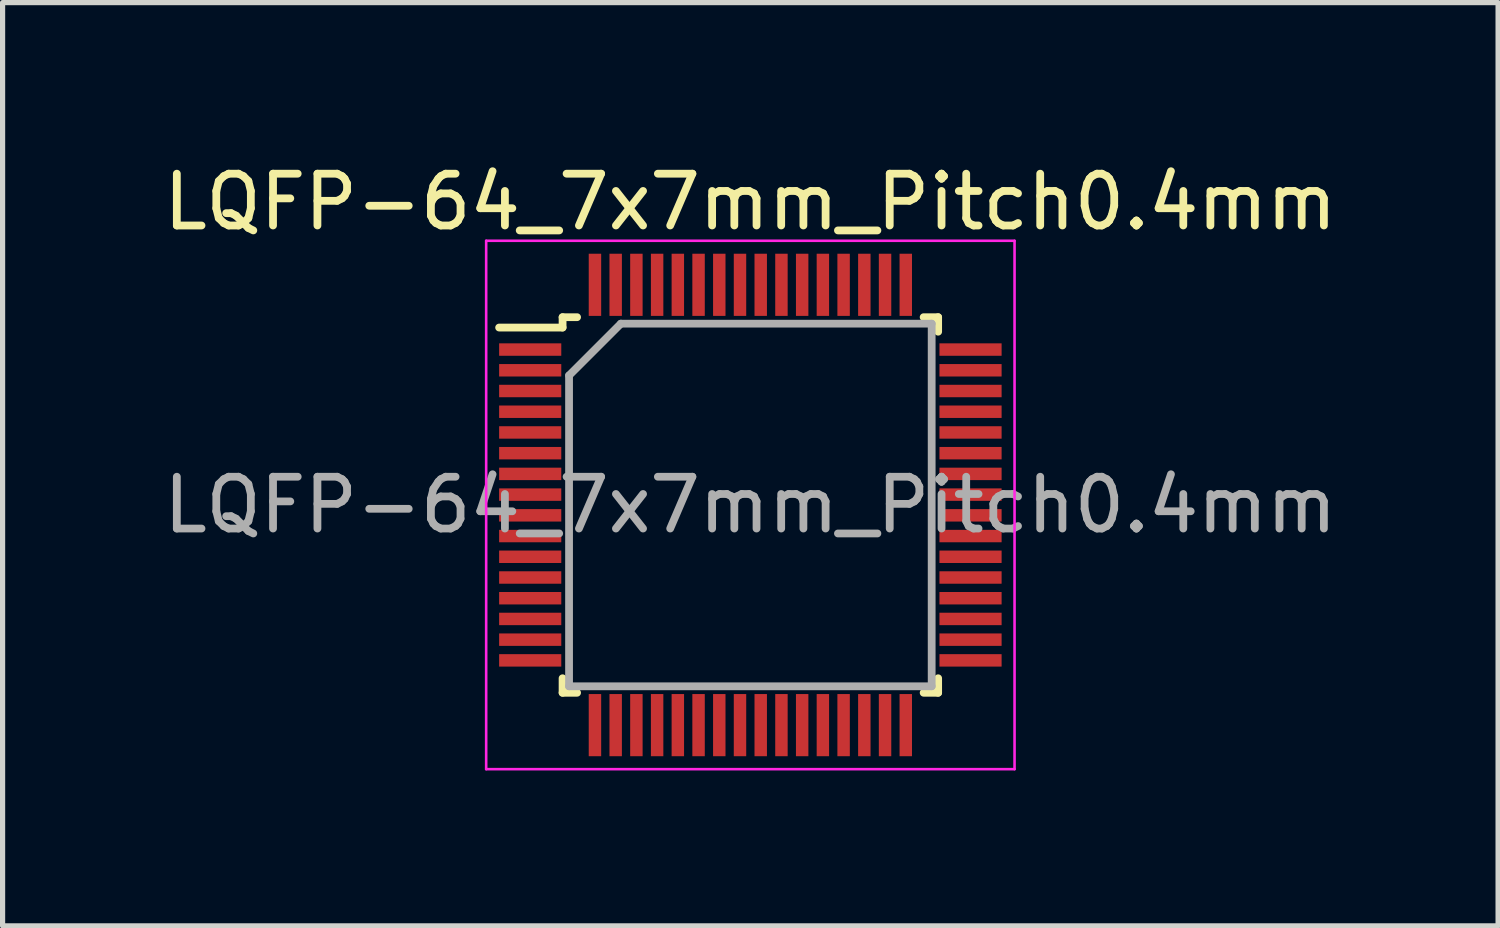
<source format=kicad_pcb>
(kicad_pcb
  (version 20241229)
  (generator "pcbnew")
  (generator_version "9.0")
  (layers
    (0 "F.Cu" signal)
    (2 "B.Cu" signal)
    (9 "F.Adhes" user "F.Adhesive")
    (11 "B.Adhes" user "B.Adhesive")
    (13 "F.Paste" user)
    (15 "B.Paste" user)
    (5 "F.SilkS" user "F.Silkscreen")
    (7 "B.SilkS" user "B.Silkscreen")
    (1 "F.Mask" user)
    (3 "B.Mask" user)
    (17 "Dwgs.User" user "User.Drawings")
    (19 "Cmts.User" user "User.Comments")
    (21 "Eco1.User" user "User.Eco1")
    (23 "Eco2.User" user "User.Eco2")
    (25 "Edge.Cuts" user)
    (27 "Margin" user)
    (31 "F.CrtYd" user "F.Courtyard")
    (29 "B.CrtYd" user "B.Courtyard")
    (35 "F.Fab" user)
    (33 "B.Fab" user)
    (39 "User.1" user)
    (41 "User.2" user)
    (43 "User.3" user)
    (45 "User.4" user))
  (footprint "LQFP-64_7x7mm_Pitch0.4mm"
    (layer "F.Cu")
    (at 11.435 6.698)
    (property "Reference" "LQFP-64_7x7mm_Pitch0.4mm" (at 0 -5.85 0) (layer "F.SilkS") (effects (font (size 1 1) (thickness 0.15))))
    (attr smd)
    (fp_line (start -3.625 -3.625) (end -3.625 -3.425) (stroke (width 0.15) (type solid)) (layer "F.SilkS"))
    (fp_line (start -3.625 -3.625) (end -3.345 -3.625) (stroke (width 0.15) (type solid)) (layer "F.SilkS"))
    (fp_line (start -3.625 -3.425) (end -4.85 -3.425) (stroke (width 0.15) (type solid)) (layer "F.SilkS"))
    (fp_line (start -3.625 3.625) (end -3.625 3.345) (stroke (width 0.15) (type solid)) (layer "F.SilkS"))
    (fp_line (start -3.625 3.625) (end -3.345 3.625) (stroke (width 0.15) (type solid)) (layer "F.SilkS"))
    (fp_line (start 3.625 -3.625) (end 3.345 -3.625) (stroke (width 0.15) (type solid)) (layer "F.SilkS"))
    (fp_line (start 3.625 -3.625) (end 3.625 -3.345) (stroke (width 0.15) (type solid)) (layer "F.SilkS"))
    (fp_line (start 3.625 3.625) (end 3.345 3.625) (stroke (width 0.15) (type solid)) (layer "F.SilkS"))
    (fp_line (start 3.625 3.625) (end 3.625 3.345) (stroke (width 0.15) (type solid)) (layer "F.SilkS"))
    (fp_line (start -5.1 -5.1) (end -5.1 5.1) (stroke (width 0.05) (type solid)) (layer "F.CrtYd"))
    (fp_line (start -5.1 -5.1) (end 5.1 -5.1) (stroke (width 0.05) (type solid)) (layer "F.CrtYd"))
    (fp_line (start -5.1 5.1) (end 5.1 5.1) (stroke (width 0.05) (type solid)) (layer "F.CrtYd"))
    (fp_line (start 5.1 -5.1) (end 5.1 5.1) (stroke (width 0.05) (type solid)) (layer "F.CrtYd"))
    (fp_line (start -3.5 -2.5) (end -2.5 -3.5) (stroke (width 0.15) (type solid)) (layer "F.Fab"))
    (fp_line (start -3.5 3.5) (end -3.5 -2.5) (stroke (width 0.15) (type solid)) (layer "F.Fab"))
    (fp_line (start -2.5 -3.5) (end 3.5 -3.5) (stroke (width 0.15) (type solid)) (layer "F.Fab"))
    (fp_line (start 3.5 -3.5) (end 3.5 3.5) (stroke (width 0.15) (type solid)) (layer "F.Fab"))
    (fp_line (start 3.5 3.5) (end -3.5 3.5) (stroke (width 0.15) (type solid)) (layer "F.Fab"))
    (fp_text user "${REFERENCE}" (at 0 0 0) (layer "F.Fab") (effects (font (size 1 1) (thickness 0.15))))
    (pad "1" smd rect (at -4.25 -3) (size 1.2 0.24) (layers "F.Cu" "F.Mask" "F.Paste"))
    (pad "2" smd rect (at -4.25 -2.6) (size 1.2 0.24) (layers "F.Cu" "F.Mask" "F.Paste"))
    (pad "3" smd rect (at -4.25 -2.2) (size 1.2 0.24) (layers "F.Cu" "F.Mask" "F.Paste"))
    (pad "4" smd rect (at -4.25 -1.8) (size 1.2 0.24) (layers "F.Cu" "F.Mask" "F.Paste"))
    (pad "5" smd rect (at -4.25 -1.4) (size 1.2 0.24) (layers "F.Cu" "F.Mask" "F.Paste"))
    (pad "6" smd rect (at -4.25 -1) (size 1.2 0.24) (layers "F.Cu" "F.Mask" "F.Paste"))
    (pad "7" smd rect (at -4.25 -0.6) (size 1.2 0.24) (layers "F.Cu" "F.Mask" "F.Paste"))
    (pad "8" smd rect (at -4.25 -0.2) (size 1.2 0.24) (layers "F.Cu" "F.Mask" "F.Paste"))
    (pad "9" smd rect (at -4.25 0.2) (size 1.2 0.24) (layers "F.Cu" "F.Mask" "F.Paste"))
    (pad "10" smd rect (at -4.25 0.6) (size 1.2 0.24) (layers "F.Cu" "F.Mask" "F.Paste"))
    (pad "11" smd rect (at -4.25 1) (size 1.2 0.24) (layers "F.Cu" "F.Mask" "F.Paste"))
    (pad "12" smd rect (at -4.25 1.4) (size 1.2 0.24) (layers "F.Cu" "F.Mask" "F.Paste"))
    (pad "13" smd rect (at -4.25 1.8) (size 1.2 0.24) (layers "F.Cu" "F.Mask" "F.Paste"))
    (pad "14" smd rect (at -4.25 2.2) (size 1.2 0.24) (layers "F.Cu" "F.Mask" "F.Paste"))
    (pad "15" smd rect (at -4.25 2.6) (size 1.2 0.24) (layers "F.Cu" "F.Mask" "F.Paste"))
    (pad "16" smd rect (at -4.25 3) (size 1.2 0.24) (layers "F.Cu" "F.Mask" "F.Paste"))
    (pad "17" smd rect (at -3 4.25 90) (size 1.2 0.24) (layers "F.Cu" "F.Mask" "F.Paste"))
    (pad "18" smd rect (at -2.6 4.25 90) (size 1.2 0.24) (layers "F.Cu" "F.Mask" "F.Paste"))
    (pad "19" smd rect (at -2.2 4.25 90) (size 1.2 0.24) (layers "F.Cu" "F.Mask" "F.Paste"))
    (pad "20" smd rect (at -1.8 4.25 90) (size 1.2 0.24) (layers "F.Cu" "F.Mask" "F.Paste"))
    (pad "21" smd rect (at -1.4 4.25 90) (size 1.2 0.24) (layers "F.Cu" "F.Mask" "F.Paste"))
    (pad "22" smd rect (at -1 4.25 90) (size 1.2 0.24) (layers "F.Cu" "F.Mask" "F.Paste"))
    (pad "23" smd rect (at -0.6 4.25 90) (size 1.2 0.24) (layers "F.Cu" "F.Mask" "F.Paste"))
    (pad "24" smd rect (at -0.2 4.25 90) (size 1.2 0.24) (layers "F.Cu" "F.Mask" "F.Paste"))
    (pad "25" smd rect (at 0.2 4.25 90) (size 1.2 0.24) (layers "F.Cu" "F.Mask" "F.Paste"))
    (pad "26" smd rect (at 0.6 4.25 90) (size 1.2 0.24) (layers "F.Cu" "F.Mask" "F.Paste"))
    (pad "27" smd rect (at 1 4.25 90) (size 1.2 0.24) (layers "F.Cu" "F.Mask" "F.Paste"))
    (pad "28" smd rect (at 1.4 4.25 90) (size 1.2 0.24) (layers "F.Cu" "F.Mask" "F.Paste"))
    (pad "29" smd rect (at 1.8 4.25 90) (size 1.2 0.24) (layers "F.Cu" "F.Mask" "F.Paste"))
    (pad "30" smd rect (at 2.2 4.25 90) (size 1.2 0.24) (layers "F.Cu" "F.Mask" "F.Paste"))
    (pad "31" smd rect (at 2.6 4.25 90) (size 1.2 0.24) (layers "F.Cu" "F.Mask" "F.Paste"))
    (pad "32" smd rect (at 3 4.25 90) (size 1.2 0.24) (layers "F.Cu" "F.Mask" "F.Paste"))
    (pad "33" smd rect (at 4.25 3) (size 1.2 0.24) (layers "F.Cu" "F.Mask" "F.Paste"))
    (pad "34" smd rect (at 4.25 2.6) (size 1.2 0.24) (layers "F.Cu" "F.Mask" "F.Paste"))
    (pad "35" smd rect (at 4.25 2.2) (size 1.2 0.24) (layers "F.Cu" "F.Mask" "F.Paste"))
    (pad "36" smd rect (at 4.25 1.8) (size 1.2 0.24) (layers "F.Cu" "F.Mask" "F.Paste"))
    (pad "37" smd rect (at 4.25 1.4) (size 1.2 0.24) (layers "F.Cu" "F.Mask" "F.Paste"))
    (pad "38" smd rect (at 4.25 1) (size 1.2 0.24) (layers "F.Cu" "F.Mask" "F.Paste"))
    (pad "39" smd rect (at 4.25 0.6) (size 1.2 0.24) (layers "F.Cu" "F.Mask" "F.Paste"))
    (pad "40" smd rect (at 4.25 0.2) (size 1.2 0.24) (layers "F.Cu" "F.Mask" "F.Paste"))
    (pad "41" smd rect (at 4.25 -0.2) (size 1.2 0.24) (layers "F.Cu" "F.Mask" "F.Paste"))
    (pad "42" smd rect (at 4.25 -0.6) (size 1.2 0.24) (layers "F.Cu" "F.Mask" "F.Paste"))
    (pad "43" smd rect (at 4.25 -1) (size 1.2 0.24) (layers "F.Cu" "F.Mask" "F.Paste"))
    (pad "44" smd rect (at 4.25 -1.4) (size 1.2 0.24) (layers "F.Cu" "F.Mask" "F.Paste"))
    (pad "45" smd rect (at 4.25 -1.8) (size 1.2 0.24) (layers "F.Cu" "F.Mask" "F.Paste"))
    (pad "46" smd rect (at 4.25 -2.2) (size 1.2 0.24) (layers "F.Cu" "F.Mask" "F.Paste"))
    (pad "47" smd rect (at 4.25 -2.6) (size 1.2 0.24) (layers "F.Cu" "F.Mask" "F.Paste"))
    (pad "48" smd rect (at 4.25 -3) (size 1.2 0.24) (layers "F.Cu" "F.Mask" "F.Paste"))
    (pad "49" smd rect (at 3 -4.25 90) (size 1.2 0.24) (layers "F.Cu" "F.Mask" "F.Paste"))
    (pad "50" smd rect (at 2.6 -4.25 90) (size 1.2 0.24) (layers "F.Cu" "F.Mask" "F.Paste"))
    (pad "51" smd rect (at 2.2 -4.25 90) (size 1.2 0.24) (layers "F.Cu" "F.Mask" "F.Paste"))
    (pad "52" smd rect (at 1.8 -4.25 90) (size 1.2 0.24) (layers "F.Cu" "F.Mask" "F.Paste"))
    (pad "53" smd rect (at 1.4 -4.25 90) (size 1.2 0.24) (layers "F.Cu" "F.Mask" "F.Paste"))
    (pad "54" smd rect (at 1 -4.25 90) (size 1.2 0.24) (layers "F.Cu" "F.Mask" "F.Paste"))
    (pad "55" smd rect (at 0.6 -4.25 90) (size 1.2 0.24) (layers "F.Cu" "F.Mask" "F.Paste"))
    (pad "56" smd rect (at 0.2 -4.25 90) (size 1.2 0.24) (layers "F.Cu" "F.Mask" "F.Paste"))
    (pad "57" smd rect (at -0.2 -4.25 90) (size 1.2 0.24) (layers "F.Cu" "F.Mask" "F.Paste"))
    (pad "58" smd rect (at -0.6 -4.25 90) (size 1.2 0.24) (layers "F.Cu" "F.Mask" "F.Paste"))
    (pad "59" smd rect (at -1 -4.25 90) (size 1.2 0.24) (layers "F.Cu" "F.Mask" "F.Paste"))
    (pad "60" smd rect (at -1.4 -4.25 90) (size 1.2 0.24) (layers "F.Cu" "F.Mask" "F.Paste"))
    (pad "61" smd rect (at -1.8 -4.25 90) (size 1.2 0.24) (layers "F.Cu" "F.Mask" "F.Paste"))
    (pad "62" smd rect (at -2.2 -4.25 90) (size 1.2 0.24) (layers "F.Cu" "F.Mask" "F.Paste"))
    (pad "63" smd rect (at -2.6 -4.25 90) (size 1.2 0.24) (layers "F.Cu" "F.Mask" "F.Paste"))
    (pad "64" smd rect (at -3 -4.25 90) (size 1.2 0.24) (layers "F.Cu" "F.Mask" "F.Paste")))
  (gr_rect
    (start -3 -3)
    (end 25.869 14.823)
    (stroke (width 0.1) (type default))
    (fill no)
    (layer "Edge.Cuts")))
</source>
